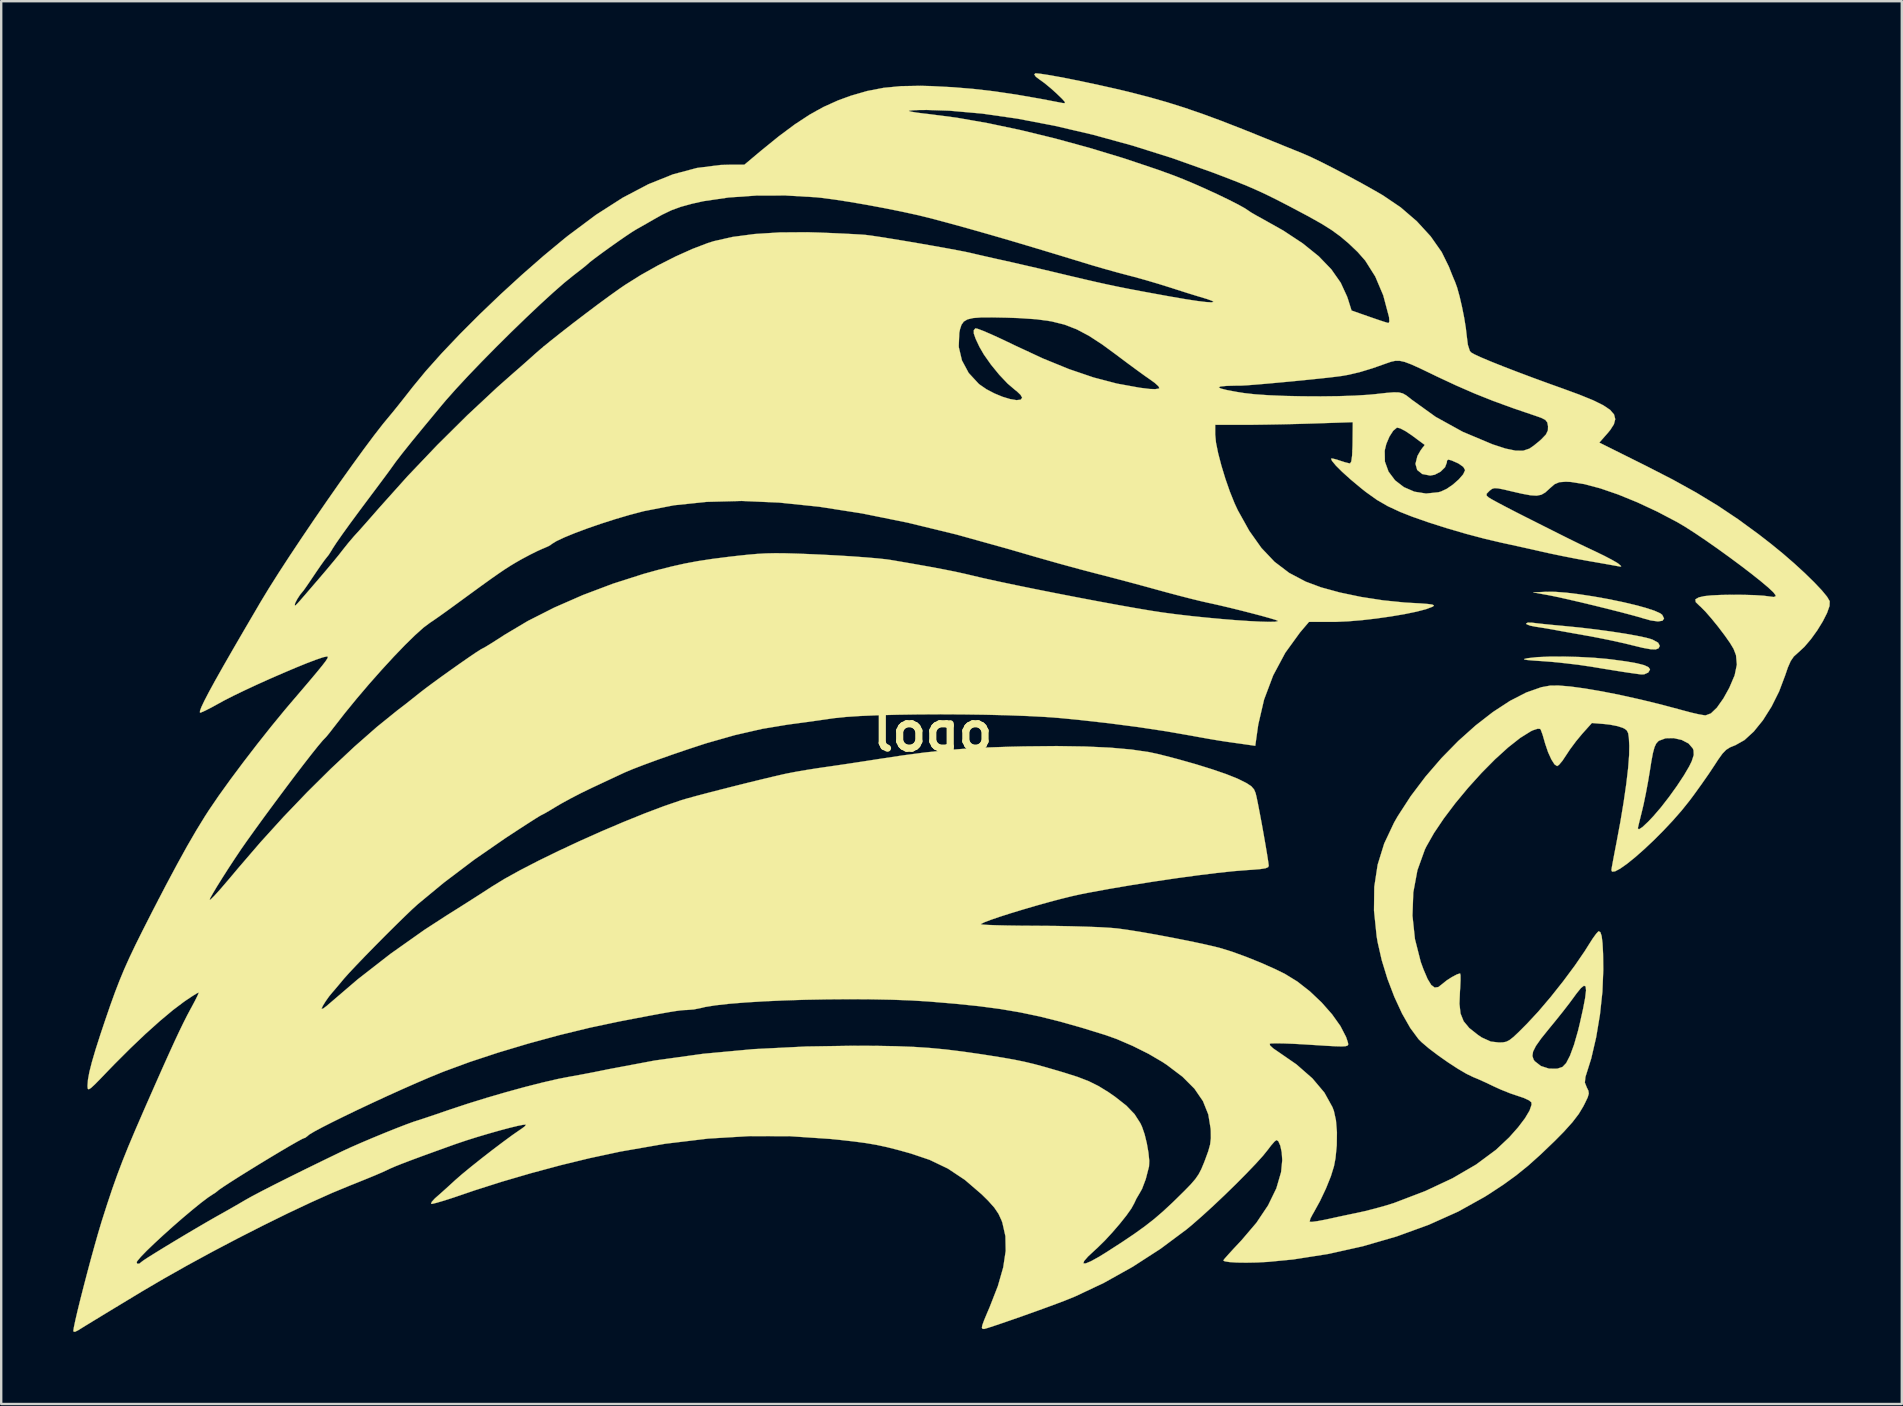
<source format=kicad_pcb>
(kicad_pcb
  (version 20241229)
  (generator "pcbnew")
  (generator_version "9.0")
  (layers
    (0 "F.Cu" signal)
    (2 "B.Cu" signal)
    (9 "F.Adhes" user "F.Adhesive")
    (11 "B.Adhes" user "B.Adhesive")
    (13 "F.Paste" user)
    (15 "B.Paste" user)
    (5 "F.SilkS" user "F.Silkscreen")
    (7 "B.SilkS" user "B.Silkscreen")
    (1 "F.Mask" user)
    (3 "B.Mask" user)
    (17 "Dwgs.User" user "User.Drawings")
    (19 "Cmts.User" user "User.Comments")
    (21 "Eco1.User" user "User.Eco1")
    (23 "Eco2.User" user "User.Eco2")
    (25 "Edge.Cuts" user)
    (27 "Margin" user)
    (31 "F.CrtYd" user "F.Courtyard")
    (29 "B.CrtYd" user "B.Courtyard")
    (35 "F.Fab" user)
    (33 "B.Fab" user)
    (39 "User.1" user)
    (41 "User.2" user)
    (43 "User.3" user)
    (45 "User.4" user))
  (footprint "logo"
    (layer "F.Cu")
    (at 35.819 27.437)
    (property "Reference" "logo" (at 0 0 0) (layer "F.SilkS") (effects (font (size 1.524 1.524) (thickness 0.3))))
    (attr through_hole)
    (fp_poly (pts (xy 25.94 -5.825) (xy 26.408 -5.789) (xy 26.944 -5.723) (xy 27.522 -5.635) (xy 28.114 -5.529) (xy 28.692 -5.411) (xy 29.229 -5.286) (xy 29.698 -5.16) (xy 30.07 -5.039) (xy 30.318 -4.927) (xy 30.398 -4.865) (xy 30.473 -4.712) (xy 30.406 -4.62) (xy 30.216 -4.592) (xy 29.918 -4.633) (xy 29.633 -4.712) (xy 29.348 -4.796) (xy 28.935 -4.908) (xy 28.431 -5.038) (xy 27.873 -5.178) (xy 27.299 -5.318) (xy 26.746 -5.449) (xy 26.251 -5.562) (xy 25.851 -5.648) (xy 25.654 -5.687) (xy 25.019 -5.8) (xy 25.569 -5.828) (xy 25.94 -5.825)) (stroke (width 0.01) (type solid)) (fill yes) (layer "F.SilkS"))
    (fp_poly (pts (xy 26.925 -3.111) (xy 27.557 -3.077) (xy 28.145 -3.025) (xy 28.292 -3.007) (xy 28.893 -2.926) (xy 29.34 -2.847) (xy 29.645 -2.769) (xy 29.823 -2.686) (xy 29.887 -2.596) (xy 29.887 -2.585) (xy 29.815 -2.463) (xy 29.645 -2.388) (xy 29.521 -2.383) (xy 29.384 -2.401) (xy 29.146 -2.434) (xy 28.998 -2.455) (xy 28.746 -2.493) (xy 28.378 -2.552) (xy 27.944 -2.622) (xy 27.517 -2.693) (xy 26.979 -2.774) (xy 26.372 -2.848) (xy 25.785 -2.908) (xy 25.442 -2.934) (xy 25.028 -2.962) (xy 24.768 -2.985) (xy 24.647 -3.006) (xy 24.651 -3.028) (xy 24.764 -3.055) (xy 24.807 -3.062) (xy 25.191 -3.104) (xy 25.7 -3.126) (xy 26.292 -3.128) (xy 26.925 -3.111)) (stroke (width 0.01) (type solid)) (fill yes) (layer "F.SilkS"))
    (fp_poly (pts (xy 24.973 -4.54) (xy 24.998 -4.536) (xy 25.189 -4.512) (xy 25.504 -4.478) (xy 25.9 -4.439) (xy 26.331 -4.399) (xy 26.975 -4.335) (xy 27.627 -4.258) (xy 28.257 -4.173) (xy 28.837 -4.084) (xy 29.337 -3.995) (xy 29.729 -3.912) (xy 29.982 -3.839) (xy 29.99 -3.835) (xy 30.226 -3.706) (xy 30.294 -3.575) (xy 30.293 -3.566) (xy 30.243 -3.471) (xy 30.124 -3.426) (xy 29.912 -3.433) (xy 29.586 -3.492) (xy 29.125 -3.604) (xy 28.694 -3.707) (xy 28.171 -3.821) (xy 27.636 -3.928) (xy 27.305 -3.989) (xy 26.868 -4.067) (xy 26.453 -4.141) (xy 26.11 -4.203) (xy 25.908 -4.241) (xy 25.569 -4.301) (xy 25.206 -4.359) (xy 25.125 -4.37) (xy 24.891 -4.417) (xy 24.746 -4.474) (xy 24.723 -4.503) (xy 24.795 -4.543) (xy 24.973 -4.54)) (stroke (width 0.01) (type solid)) (fill yes) (layer "F.SilkS"))
    (fp_poly (pts (xy 4.487 -27.413) (xy 4.824 -27.361) (xy 5.269 -27.282) (xy 5.794 -27.18) (xy 6.372 -27.061) (xy 6.973 -26.932) (xy 7.571 -26.798) (xy 8.135 -26.665) (xy 8.297 -26.625) (xy 9.048 -26.43) (xy 9.765 -26.226) (xy 10.478 -26.002) (xy 11.222 -25.747) (xy 12.028 -25.45) (xy 12.927 -25.099) (xy 13.758 -24.765) (xy 14.222 -24.576) (xy 14.676 -24.391) (xy 15.075 -24.23) (xy 15.374 -24.108) (xy 15.439 -24.082) (xy 15.774 -23.934) (xy 16.221 -23.718) (xy 16.744 -23.452) (xy 17.31 -23.154) (xy 17.885 -22.843) (xy 18.433 -22.535) (xy 18.754 -22.349) (xy 19.495 -21.848) (xy 20.168 -21.269) (xy 20.746 -20.639) (xy 21.206 -19.984) (xy 21.506 -19.374) (xy 21.617 -19.092) (xy 21.715 -18.853) (xy 21.759 -18.754) (xy 21.85 -18.504) (xy 21.952 -18.136) (xy 22.053 -17.7) (xy 22.144 -17.245) (xy 22.212 -16.822) (xy 22.245 -16.533) (xy 22.297 -16.119) (xy 22.378 -15.868) (xy 22.428 -15.804) (xy 22.568 -15.723) (xy 22.85 -15.593) (xy 23.253 -15.423) (xy 23.76 -15.22) (xy 24.352 -14.992) (xy 25.009 -14.745) (xy 25.712 -14.488) (xy 26.222 -14.306) (xy 26.944 -14.041) (xy 27.512 -13.81) (xy 27.936 -13.601) (xy 28.225 -13.407) (xy 28.389 -13.216) (xy 28.439 -13.02) (xy 28.383 -12.808) (xy 28.232 -12.571) (xy 28.116 -12.431) (xy 27.775 -12.044) (xy 29.741 -11.064) (xy 30.838 -10.501) (xy 31.813 -9.961) (xy 32.706 -9.419) (xy 33.557 -8.85) (xy 34.407 -8.229) (xy 34.934 -7.82) (xy 35.424 -7.42) (xy 35.9 -7.007) (xy 36.342 -6.601) (xy 36.73 -6.222) (xy 37.045 -5.889) (xy 37.266 -5.621) (xy 37.374 -5.437) (xy 37.375 -5.434) (xy 37.367 -5.234) (xy 37.264 -4.943) (xy 37.087 -4.594) (xy 36.858 -4.221) (xy 36.595 -3.856) (xy 36.321 -3.534) (xy 36.055 -3.288) (xy 36.045 -3.28) (xy 35.879 -3.129) (xy 35.749 -2.94) (xy 35.63 -2.668) (xy 35.522 -2.351) (xy 35.267 -1.675) (xy 34.951 -1.042) (xy 34.594 -0.476) (xy 34.212 -0.004) (xy 33.823 0.352) (xy 33.444 0.566) (xy 33.432 0.57) (xy 33.222 0.655) (xy 33.059 0.759) (xy 32.906 0.917) (xy 32.729 1.163) (xy 32.577 1.397) (xy 32.336 1.76) (xy 32.035 2.191) (xy 31.721 2.627) (xy 31.533 2.879) (xy 31.205 3.288) (xy 30.835 3.71) (xy 30.44 4.13) (xy 30.036 4.535) (xy 29.638 4.909) (xy 29.262 5.24) (xy 28.926 5.511) (xy 28.643 5.71) (xy 28.432 5.822) (xy 28.306 5.834) (xy 28.279 5.772) (xy 28.294 5.667) (xy 28.337 5.43) (xy 28.4 5.094) (xy 28.477 4.695) (xy 28.486 4.65) (xy 28.601 4.033) (xy 29.379 4.033) (xy 29.429 4.071) (xy 29.575 3.975) (xy 29.815 3.75) (xy 30.032 3.52) (xy 30.35 3.149) (xy 30.685 2.717) (xy 31.011 2.263) (xy 31.299 1.827) (xy 31.521 1.449) (xy 31.626 1.235) (xy 31.71 0.975) (xy 31.702 0.781) (xy 31.672 0.701) (xy 31.494 0.494) (xy 31.209 0.346) (xy 30.872 0.27) (xy 30.539 0.277) (xy 30.264 0.378) (xy 30.23 0.403) (xy 30.144 0.499) (xy 30.074 0.651) (xy 30.009 0.891) (xy 29.942 1.247) (xy 29.892 1.567) (xy 29.811 2.054) (xy 29.716 2.565) (xy 29.62 3.029) (xy 29.558 3.292) (xy 29.478 3.616) (xy 29.416 3.869) (xy 29.383 4.015) (xy 29.379 4.033) (xy 28.601 4.033) (xy 28.65 3.773) (xy 28.788 2.943) (xy 28.898 2.184) (xy 28.976 1.52) (xy 29.018 0.975) (xy 29.024 0.589) (xy 29.007 0.264) (xy 28.978 0.066) (xy 28.921 -0.049) (xy 28.821 -0.124) (xy 28.753 -0.158) (xy 28.533 -0.229) (xy 28.223 -0.29) (xy 27.987 -0.317) (xy 27.466 -0.359) (xy 27.067 0.085) (xy 26.808 0.397) (xy 26.55 0.744) (xy 26.393 0.982) (xy 26.235 1.219) (xy 26.095 1.384) (xy 26.016 1.437) (xy 25.907 1.363) (xy 25.777 1.158) (xy 25.641 0.86) (xy 25.519 0.501) (xy 25.485 0.381) (xy 25.411 0.126) (xy 25.342 -0.06) (xy 25.313 -0.113) (xy 25.207 -0.121) (xy 25.013 -0.058) (xy 24.921 -0.015) (xy 24.479 0.261) (xy 23.974 0.659) (xy 23.429 1.154) (xy 22.867 1.722) (xy 22.309 2.339) (xy 21.778 2.978) (xy 21.296 3.617) (xy 20.884 4.229) (xy 20.565 4.791) (xy 20.504 4.917) (xy 20.195 5.776) (xy 20.023 6.703) (xy 19.989 7.67) (xy 20.092 8.644) (xy 20.334 9.596) (xy 20.445 9.9) (xy 20.618 10.305) (xy 20.77 10.556) (xy 20.914 10.665) (xy 21.067 10.644) (xy 21.245 10.505) (xy 21.247 10.503) (xy 21.414 10.368) (xy 21.634 10.227) (xy 21.842 10.117) (xy 21.973 10.075) (xy 21.991 10.153) (xy 21.992 10.362) (xy 21.979 10.663) (xy 21.968 10.818) (xy 21.947 11.343) (xy 21.992 11.746) (xy 22.121 12.068) (xy 22.354 12.35) (xy 22.711 12.633) (xy 22.879 12.747) (xy 23.254 12.916) (xy 23.592 12.954) (xy 23.759 12.949) (xy 23.896 12.923) (xy 24.032 12.854) (xy 24.197 12.725) (xy 24.42 12.515) (xy 24.729 12.205) (xy 24.763 12.171) (xy 25.237 11.661) (xy 25.752 11.055) (xy 26.27 10.402) (xy 26.756 9.748) (xy 27.171 9.142) (xy 27.326 8.895) (xy 27.496 8.628) (xy 27.643 8.425) (xy 27.737 8.324) (xy 27.745 8.32) (xy 27.817 8.353) (xy 27.872 8.515) (xy 27.909 8.814) (xy 27.932 9.261) (xy 27.94 9.866) (xy 27.94 9.938) (xy 27.904 10.839) (xy 27.802 11.789) (xy 27.644 12.735) (xy 27.438 13.622) (xy 27.197 14.388) (xy 27.172 14.625) (xy 27.255 14.832) (xy 27.32 14.964) (xy 27.336 15.083) (xy 27.293 15.236) (xy 27.182 15.47) (xy 27.107 15.617) (xy 26.917 15.933) (xy 26.655 16.275) (xy 26.298 16.672) (xy 25.922 17.053) (xy 25.335 17.616) (xy 24.812 18.085) (xy 24.308 18.493) (xy 23.779 18.876) (xy 23.18 19.27) (xy 22.992 19.388) (xy 21.894 19.999) (xy 20.664 20.551) (xy 19.332 21.035) (xy 17.927 21.443) (xy 16.478 21.766) (xy 15.017 21.995) (xy 13.97 22.096) (xy 13.508 22.121) (xy 13.066 22.129) (xy 12.675 22.124) (xy 12.364 22.104) (xy 12.165 22.072) (xy 12.107 22.035) (xy 12.162 21.962) (xy 12.313 21.792) (xy 12.537 21.546) (xy 12.813 21.251) (xy 12.872 21.188) (xy 13.488 20.465) (xy 13.972 19.742) (xy 14.317 19.033) (xy 14.515 18.354) (xy 14.563 17.856) (xy 14.541 17.531) (xy 14.483 17.255) (xy 14.401 17.071) (xy 14.325 17.018) (xy 14.241 17.082) (xy 14.097 17.246) (xy 13.965 17.42) (xy 13.763 17.671) (xy 13.457 18.009) (xy 13.072 18.411) (xy 12.633 18.854) (xy 12.163 19.312) (xy 11.686 19.763) (xy 11.227 20.182) (xy 10.81 20.547) (xy 10.575 20.742) (xy 9.492 21.549) (xy 8.328 22.301) (xy 7.129 22.971) (xy 5.943 23.531) (xy 5.504 23.71) (xy 5.156 23.841) (xy 4.737 23.996) (xy 4.273 24.164) (xy 3.793 24.335) (xy 3.326 24.499) (xy 2.899 24.646) (xy 2.541 24.767) (xy 2.279 24.852) (xy 2.142 24.891) (xy 2.132 24.892) (xy 2.07 24.883) (xy 2.046 24.838) (xy 2.065 24.732) (xy 2.135 24.539) (xy 2.263 24.232) (xy 2.371 23.98) (xy 2.713 23.103) (xy 2.935 22.327) (xy 3.039 21.639) (xy 3.027 21.024) (xy 2.901 20.465) (xy 2.867 20.37) (xy 2.74 20.095) (xy 2.563 19.833) (xy 2.304 19.543) (xy 2.04 19.283) (xy 1.338 18.679) (xy 0.631 18.209) (xy -0.131 17.844) (xy -0.913 17.58) (xy -1.448 17.431) (xy -1.909 17.314) (xy -2.341 17.221) (xy -2.786 17.145) (xy -3.289 17.078) (xy -3.894 17.01) (xy -4.276 16.972) (xy -5.945 16.86) (xy -7.632 16.855) (xy -9.358 16.958) (xy -11.147 17.173) (xy -13.022 17.5) (xy -14.309 17.776) (xy -15.501 18.066) (xy -16.736 18.398) (xy -17.951 18.753) (xy -19.086 19.114) (xy -19.534 19.267) (xy -19.977 19.418) (xy -20.363 19.542) (xy -20.665 19.631) (xy -20.854 19.677) (xy -20.905 19.678) (xy -20.88 19.598) (xy -20.755 19.46) (xy -20.701 19.411) (xy -20.519 19.252) (xy -20.261 19.02) (xy -19.975 18.759) (xy -19.897 18.687) (xy -19.623 18.448) (xy -19.251 18.142) (xy -18.817 17.796) (xy -18.359 17.44) (xy -17.913 17.103) (xy -17.516 16.811) (xy -17.204 16.595) (xy -17.159 16.566) (xy -17.007 16.454) (xy -16.95 16.383) (xy -16.952 16.379) (xy -17.051 16.38) (xy -17.283 16.425) (xy -17.619 16.506) (xy -18.03 16.615) (xy -18.488 16.745) (xy -18.964 16.886) (xy -19.429 17.032) (xy -19.854 17.175) (xy -19.981 17.22) (xy -20.709 17.482) (xy -21.296 17.695) (xy -21.76 17.867) (xy -22.119 18.004) (xy -22.393 18.113) (xy -22.6 18.202) (xy -22.751 18.274) (xy -22.944 18.363) (xy -23.257 18.497) (xy -23.654 18.66) (xy -24.095 18.838) (xy -24.277 18.91) (xy -25.036 19.224) (xy -25.91 19.616) (xy -26.873 20.07) (xy -27.896 20.574) (xy -28.953 21.112) (xy -30.015 21.67) (xy -31.055 22.236) (xy -32.046 22.795) (xy -32.961 23.332) (xy -32.993 23.352) (xy -33.574 23.703) (xy -34.118 24.032) (xy -34.604 24.327) (xy -35.014 24.577) (xy -35.329 24.769) (xy -35.528 24.893) (xy -35.581 24.927) (xy -35.747 25.012) (xy -35.814 24.989) (xy -35.814 24.983) (xy -35.792 24.829) (xy -35.731 24.539) (xy -35.638 24.138) (xy -35.519 23.654) (xy -35.381 23.113) (xy -35.232 22.542) (xy -35.116 22.108) (xy -33.175 22.108) (xy -33.153 22.175) (xy -33.059 22.168) (xy -32.981 22.103) (xy -32.897 22.039) (xy -32.691 21.904) (xy -32.387 21.714) (xy -32.01 21.482) (xy -31.584 21.224) (xy -31.133 20.954) (xy -30.681 20.687) (xy -30.253 20.437) (xy -29.873 20.219) (xy -29.633 20.085) (xy -29.298 19.896) (xy -28.916 19.676) (xy -28.66 19.526) (xy -28.384 19.371) (xy -27.973 19.154) (xy -27.445 18.883) (xy -26.817 18.568) (xy -26.108 18.217) (xy -25.336 17.84) (xy -24.596 17.482) (xy -24.25 17.322) (xy -23.816 17.132) (xy -23.333 16.927) (xy -22.836 16.722) (xy -22.362 16.532) (xy -21.948 16.372) (xy -21.631 16.256) (xy -21.505 16.216) (xy -21.351 16.167) (xy -21.072 16.074) (xy -20.703 15.95) (xy -20.278 15.804) (xy -20.108 15.746) (xy -19.377 15.504) (xy -18.59 15.26) (xy -17.784 15.025) (xy -16.997 14.809) (xy -16.265 14.623) (xy -15.625 14.475) (xy -15.201 14.392) (xy -14.714 14.304) (xy -14.172 14.201) (xy -13.671 14.1) (xy -13.547 14.074) (xy -11.584 13.705) (xy -9.568 13.425) (xy -7.474 13.231) (xy -5.275 13.121) (xy -3.302 13.09) (xy -2.352 13.094) (xy -1.531 13.109) (xy -0.8 13.137) (xy -0.119 13.182) (xy 0.553 13.246) (xy 1.255 13.333) (xy 2.027 13.444) (xy 2.372 13.498) (xy 2.945 13.59) (xy 3.412 13.673) (xy 3.824 13.758) (xy 4.23 13.855) (xy 4.679 13.977) (xy 5.22 14.134) (xy 5.475 14.21) (xy 6.044 14.391) (xy 6.503 14.569) (xy 6.906 14.769) (xy 7.312 15.018) (xy 7.596 15.215) (xy 8.068 15.586) (xy 8.409 15.942) (xy 8.651 16.319) (xy 8.72 16.467) (xy 8.827 16.777) (xy 8.919 17.154) (xy 8.987 17.542) (xy 9.021 17.883) (xy 9.011 18.119) (xy 8.875 18.647) (xy 8.721 19.053) (xy 8.622 19.229) (xy 8.484 19.463) (xy 8.392 19.659) (xy 8.276 19.87) (xy 8.067 20.165) (xy 7.792 20.51) (xy 7.48 20.872) (xy 7.16 21.218) (xy 6.858 21.514) (xy 6.778 21.586) (xy 6.473 21.869) (xy 6.307 22.059) (xy 6.274 22.157) (xy 6.371 22.161) (xy 6.591 22.07) (xy 6.931 21.882) (xy 7.234 21.695) (xy 7.873 21.283) (xy 8.397 20.93) (xy 8.837 20.614) (xy 9.225 20.311) (xy 9.591 19.996) (xy 9.968 19.646) (xy 10.126 19.493) (xy 10.488 19.137) (xy 10.752 18.865) (xy 10.941 18.645) (xy 11.079 18.445) (xy 11.19 18.232) (xy 11.297 17.976) (xy 11.342 17.861) (xy 11.479 17.486) (xy 11.558 17.202) (xy 11.589 16.943) (xy 11.585 16.648) (xy 11.58 16.552) (xy 11.481 15.951) (xy 11.26 15.399) (xy 10.906 14.881) (xy 10.408 14.382) (xy 9.754 13.887) (xy 9.567 13.763) (xy 8.993 13.427) (xy 8.334 13.098) (xy 7.668 12.811) (xy 7.197 12.643) (xy 6.2 12.335) (xy 5.301 12.081) (xy 4.461 11.871) (xy 3.642 11.699) (xy 2.806 11.557) (xy 1.914 11.439) (xy 0.929 11.338) (xy -0.169 11.246) (xy -0.888 11.202) (xy -1.69 11.172) (xy -2.554 11.155) (xy -3.457 11.149) (xy -4.379 11.156) (xy -5.296 11.173) (xy -6.188 11.201) (xy -7.031 11.239) (xy -7.805 11.286) (xy -8.487 11.341) (xy -9.056 11.405) (xy -9.489 11.475) (xy -9.656 11.516) (xy -9.956 11.576) (xy -10.244 11.599) (xy -10.364 11.603) (xy -10.515 11.617) (xy -10.716 11.644) (xy -10.987 11.688) (xy -11.347 11.752) (xy -11.817 11.839) (xy -12.415 11.953) (xy -13.081 12.081) (xy -14.286 12.336) (xy -15.556 12.645) (xy -16.845 12.996) (xy -18.108 13.374) (xy -19.299 13.767) (xy -20.372 14.162) (xy -20.489 14.209) (xy -20.975 14.408) (xy -21.523 14.643) (xy -22.114 14.904) (xy -22.728 15.181) (xy -23.344 15.466) (xy -23.944 15.748) (xy -24.506 16.019) (xy -25.012 16.268) (xy -25.44 16.486) (xy -25.772 16.664) (xy -25.986 16.793) (xy -26.063 16.859) (xy -26.16 16.931) (xy -26.183 16.933) (xy -26.283 16.976) (xy -26.501 17.095) (xy -26.814 17.274) (xy -27.195 17.499) (xy -27.622 17.755) (xy -28.069 18.026) (xy -28.512 18.299) (xy -28.926 18.557) (xy -29.287 18.787) (xy -29.57 18.972) (xy -29.752 19.098) (xy -29.803 19.142) (xy -29.906 19.222) (xy -29.983 19.269) (xy -30.198 19.411) (xy -30.497 19.637) (xy -30.855 19.928) (xy -31.252 20.262) (xy -31.663 20.62) (xy -32.066 20.982) (xy -32.439 21.327) (xy -32.759 21.635) (xy -33.003 21.887) (xy -33.148 22.06) (xy -33.175 22.108) (xy -35.116 22.108) (xy -35.078 21.966) (xy -34.925 21.413) (xy -34.782 20.909) (xy -34.654 20.48) (xy -34.625 20.385) (xy -34.4 19.681) (xy -34.191 19.056) (xy -33.984 18.473) (xy -33.765 17.896) (xy -33.52 17.286) (xy -33.234 16.608) (xy -32.894 15.824) (xy -32.787 15.579) (xy -32.408 14.719) (xy -32.088 13.997) (xy -31.817 13.395) (xy -31.589 12.896) (xy -31.394 12.48) (xy -31.224 12.13) (xy -31.072 11.829) (xy -30.928 11.559) (xy -30.918 11.542) (xy -25.47 11.542) (xy -25.469 11.559) (xy -25.39 11.532) (xy -25.245 11.422) (xy -25.227 11.405) (xy -23.964 10.323) (xy -22.595 9.258) (xy -21.18 8.258) (xy -20.252 7.656) (xy -19.785 7.363) (xy -19.309 7.061) (xy -18.867 6.779) (xy -18.504 6.544) (xy -18.375 6.46) (xy -17.851 6.139) (xy -17.195 5.776) (xy -16.434 5.383) (xy -15.595 4.973) (xy -14.706 4.558) (xy -13.794 4.151) (xy -12.886 3.765) (xy -12.011 3.411) (xy -11.195 3.103) (xy -10.466 2.853) (xy -10.456 2.85) (xy -10.214 2.779) (xy -9.84 2.677) (xy -9.366 2.552) (xy -8.824 2.412) (xy -8.247 2.266) (xy -7.667 2.121) (xy -7.116 1.987) (xy -6.628 1.87) (xy -6.234 1.779) (xy -6.096 1.749) (xy -5.73 1.678) (xy -5.269 1.598) (xy -4.785 1.522) (xy -4.53 1.485) (xy -4.093 1.422) (xy -3.551 1.342) (xy -2.967 1.253) (xy -2.404 1.166) (xy -2.286 1.147) (xy -1.272 0.994) (xy -0.363 0.873) (xy 0.492 0.78) (xy 1.342 0.711) (xy 2.236 0.662) (xy 3.224 0.629) (xy 3.809 0.615) (xy 5.163 0.602) (xy 6.356 0.62) (xy 7.395 0.668) (xy 8.284 0.747) (xy 9.03 0.857) (xy 9.428 0.943) (xy 10.218 1.148) (xy 10.968 1.36) (xy 11.647 1.571) (xy 12.226 1.77) (xy 12.676 1.949) (xy 12.754 1.985) (xy 13.074 2.145) (xy 13.272 2.275) (xy 13.387 2.407) (xy 13.45 2.553) (xy 13.489 2.712) (xy 13.549 3.001) (xy 13.623 3.385) (xy 13.706 3.825) (xy 13.789 4.287) (xy 13.867 4.733) (xy 13.933 5.126) (xy 13.98 5.431) (xy 14 5.588) (xy 13.975 5.648) (xy 13.869 5.693) (xy 13.657 5.727) (xy 13.311 5.756) (xy 13.123 5.768) (xy 12.543 5.814) (xy 11.829 5.89) (xy 11.013 5.991) (xy 10.127 6.112) (xy 9.202 6.249) (xy 8.27 6.397) (xy 7.364 6.551) (xy 6.514 6.707) (xy 6.172 6.774) (xy 5.789 6.859) (xy 5.329 6.973) (xy 4.818 7.109) (xy 4.282 7.259) (xy 3.748 7.416) (xy 3.241 7.57) (xy 2.788 7.715) (xy 2.414 7.843) (xy 2.147 7.945) (xy 2.011 8.015) (xy 2.001 8.025) (xy 2.073 8.04) (xy 2.292 8.055) (xy 2.64 8.068) (xy 3.095 8.079) (xy 3.636 8.087) (xy 4.243 8.091) (xy 4.39 8.092) (xy 5.079 8.097) (xy 5.759 8.11) (xy 6.396 8.128) (xy 6.958 8.15) (xy 7.413 8.177) (xy 7.705 8.203) (xy 8.139 8.263) (xy 8.693 8.352) (xy 9.324 8.463) (xy 9.987 8.588) (xy 10.639 8.717) (xy 11.236 8.842) (xy 11.734 8.956) (xy 11.956 9.012) (xy 12.455 9.165) (xy 13.043 9.378) (xy 13.664 9.628) (xy 14.261 9.893) (xy 14.673 10.095) (xy 15.192 10.414) (xy 15.712 10.821) (xy 16.203 11.286) (xy 16.638 11.779) (xy 16.987 12.269) (xy 17.223 12.726) (xy 17.274 12.877) (xy 17.302 12.967) (xy 17.313 13.035) (xy 17.287 13.081) (xy 17.204 13.108) (xy 17.045 13.118) (xy 16.789 13.112) (xy 16.416 13.092) (xy 15.907 13.06) (xy 15.512 13.035) (xy 15.043 13.009) (xy 14.63 12.993) (xy 14.305 12.988) (xy 14.099 12.994) (xy 14.042 13.004) (xy 14.053 13.076) (xy 14.187 13.2) (xy 14.32 13.291) (xy 15.153 13.866) (xy 15.819 14.449) (xy 16.319 15.042) (xy 16.654 15.647) (xy 16.716 15.812) (xy 16.801 16.201) (xy 16.841 16.696) (xy 16.834 17.239) (xy 16.782 17.774) (xy 16.719 18.107) (xy 16.589 18.529) (xy 16.386 19.033) (xy 16.136 19.561) (xy 15.864 20.055) (xy 15.827 20.117) (xy 15.732 20.299) (xy 15.706 20.415) (xy 15.711 20.425) (xy 15.809 20.428) (xy 16.031 20.398) (xy 16.338 20.34) (xy 16.494 20.307) (xy 16.886 20.221) (xy 17.271 20.139) (xy 17.577 20.075) (xy 17.634 20.064) (xy 18.011 19.981) (xy 18.453 19.868) (xy 18.884 19.748) (xy 19.219 19.643) (xy 20.52 19.146) (xy 21.659 18.612) (xy 22.641 18.04) (xy 23.468 17.427) (xy 24.021 16.907) (xy 24.391 16.49) (xy 24.678 16.111) (xy 24.869 15.79) (xy 24.952 15.548) (xy 24.944 15.447) (xy 24.844 15.364) (xy 24.631 15.265) (xy 24.409 15.19) (xy 24.065 15.074) (xy 23.668 14.915) (xy 23.368 14.778) (xy 23.044 14.623) (xy 22.735 14.484) (xy 22.521 14.395) (xy 22.243 14.261) (xy 21.877 14.046) (xy 21.466 13.778) (xy 21.088 13.513) (xy 24.986 13.513) (xy 25.037 13.666) (xy 25.082 13.732) (xy 25.341 13.934) (xy 25.678 14.043) (xy 26.027 14.044) (xy 26.24 13.973) (xy 26.393 13.814) (xy 26.555 13.5) (xy 26.722 13.046) (xy 26.888 12.467) (xy 26.959 12.175) (xy 27.097 11.558) (xy 27.185 11.097) (xy 27.222 10.786) (xy 27.205 10.618) (xy 27.135 10.587) (xy 27.008 10.687) (xy 26.825 10.912) (xy 26.712 11.067) (xy 26.521 11.326) (xy 26.256 11.668) (xy 25.953 12.046) (xy 25.675 12.385) (xy 25.349 12.79) (xy 25.132 13.098) (xy 25.015 13.331) (xy 24.986 13.513) (xy 21.088 13.513) (xy 21.051 13.486) (xy 20.673 13.2) (xy 20.374 12.946) (xy 20.241 12.813) (xy 19.896 12.346) (xy 19.555 11.747) (xy 19.234 11.053) (xy 18.947 10.301) (xy 18.71 9.528) (xy 18.537 8.77) (xy 18.497 8.531) (xy 18.386 7.452) (xy 18.398 6.466) (xy 18.538 5.546) (xy 18.811 4.664) (xy 19.222 3.793) (xy 19.371 3.532) (xy 19.917 2.69) (xy 20.532 1.876) (xy 21.198 1.104) (xy 21.901 0.387) (xy 22.622 -0.258) (xy 23.345 -0.819) (xy 24.053 -1.281) (xy 24.729 -1.629) (xy 25.357 -1.85) (xy 25.725 -1.917) (xy 26.078 -1.921) (xy 26.571 -1.88) (xy 27.18 -1.797) (xy 27.883 -1.677) (xy 28.658 -1.523) (xy 29.482 -1.34) (xy 30.332 -1.133) (xy 31.186 -0.905) (xy 31.243 -0.889) (xy 31.601 -0.794) (xy 31.92 -0.721) (xy 32.148 -0.682) (xy 32.205 -0.677) (xy 32.425 -0.759) (xy 32.674 -0.997) (xy 32.947 -1.384) (xy 33.192 -1.825) (xy 33.415 -2.348) (xy 33.507 -2.793) (xy 33.471 -3.187) (xy 33.37 -3.449) (xy 33.223 -3.693) (xy 32.999 -4.012) (xy 32.732 -4.364) (xy 32.454 -4.707) (xy 32.197 -5.002) (xy 31.994 -5.207) (xy 31.956 -5.238) (xy 31.792 -5.398) (xy 31.778 -5.512) (xy 31.921 -5.594) (xy 32.152 -5.646) (xy 32.437 -5.676) (xy 32.838 -5.695) (xy 33.307 -5.703) (xy 33.793 -5.7) (xy 34.249 -5.687) (xy 34.625 -5.663) (xy 34.838 -5.636) (xy 35.045 -5.61) (xy 35.122 -5.642) (xy 35.118 -5.688) (xy 35.026 -5.808) (xy 34.815 -6.006) (xy 34.506 -6.266) (xy 34.119 -6.574) (xy 33.675 -6.914) (xy 33.196 -7.269) (xy 32.703 -7.625) (xy 32.217 -7.965) (xy 31.759 -8.274) (xy 31.35 -8.537) (xy 31.03 -8.726) (xy 30.191 -9.167) (xy 29.36 -9.555) (xy 28.561 -9.881) (xy 27.817 -10.137) (xy 27.152 -10.314) (xy 26.59 -10.404) (xy 26.38 -10.414) (xy 26.111 -10.394) (xy 25.912 -10.311) (xy 25.701 -10.128) (xy 25.691 -10.118) (xy 25.522 -9.965) (xy 25.359 -9.871) (xy 25.166 -9.833) (xy 24.908 -9.848) (xy 24.551 -9.914) (xy 24.154 -10.005) (xy 23.791 -10.091) (xy 23.553 -10.137) (xy 23.404 -10.145) (xy 23.306 -10.116) (xy 23.219 -10.051) (xy 23.196 -10.031) (xy 23.077 -9.909) (xy 23.082 -9.83) (xy 23.172 -9.753) (xy 23.294 -9.679) (xy 23.541 -9.544) (xy 23.886 -9.362) (xy 24.303 -9.146) (xy 24.764 -8.912) (xy 24.765 -8.912) (xy 25.373 -8.606) (xy 25.854 -8.364) (xy 26.231 -8.175) (xy 26.527 -8.027) (xy 26.768 -7.909) (xy 26.976 -7.807) (xy 27.175 -7.712) (xy 27.389 -7.611) (xy 27.641 -7.492) (xy 27.644 -7.49) (xy 27.99 -7.322) (xy 28.292 -7.164) (xy 28.508 -7.04) (xy 28.575 -6.994) (xy 28.688 -6.894) (xy 28.657 -6.875) (xy 28.533 -6.897) (xy 28.368 -6.927) (xy 28.078 -6.979) (xy 27.704 -7.045) (xy 27.31 -7.113) (xy 26.802 -7.206) (xy 26.247 -7.315) (xy 25.726 -7.423) (xy 25.447 -7.485) (xy 24.964 -7.595) (xy 24.41 -7.718) (xy 23.88 -7.834) (xy 23.707 -7.871) (xy 22.992 -8.039) (xy 22.214 -8.245) (xy 21.421 -8.477) (xy 20.66 -8.719) (xy 19.977 -8.958) (xy 19.482 -9.153) (xy 18.962 -9.394) (xy 18.506 -9.658) (xy 18.041 -9.99) (xy 17.833 -10.156) (xy 17.414 -10.506) (xy 17.063 -10.822) (xy 16.798 -11.086) (xy 16.637 -11.281) (xy 16.595 -11.375) (xy 16.665 -11.379) (xy 16.844 -11.333) (xy 16.944 -11.299) (xy 17.18 -11.223) (xy 17.355 -11.18) (xy 17.389 -11.176) (xy 17.44 -11.258) (xy 17.474 -11.504) (xy 17.483 -11.716) (xy 18.832 -11.716) (xy 18.84 -11.253) (xy 18.992 -10.833) (xy 19.264 -10.471) (xy 19.631 -10.188) (xy 20.07 -9.998) (xy 20.556 -9.921) (xy 21.067 -9.974) (xy 21.173 -10.003) (xy 21.414 -10.115) (xy 21.677 -10.296) (xy 21.919 -10.51) (xy 22.101 -10.72) (xy 22.18 -10.889) (xy 22.18 -10.904) (xy 22.105 -11.034) (xy 21.911 -11.17) (xy 21.856 -11.197) (xy 21.61 -11.304) (xy 21.479 -11.336) (xy 21.428 -11.293) (xy 21.421 -11.214) (xy 21.346 -11.017) (xy 21.16 -10.833) (xy 20.917 -10.705) (xy 20.726 -10.671) (xy 20.394 -10.735) (xy 20.186 -10.904) (xy 20.114 -11.158) (xy 20.193 -11.476) (xy 20.21 -11.511) (xy 20.328 -11.718) (xy 20.428 -11.855) (xy 20.445 -11.87) (xy 20.496 -11.944) (xy 20.487 -11.958) (xy 20.404 -12.019) (xy 20.222 -12.153) (xy 19.98 -12.332) (xy 19.955 -12.351) (xy 19.697 -12.523) (xy 19.48 -12.637) (xy 19.347 -12.669) (xy 19.341 -12.667) (xy 19.185 -12.537) (xy 19.028 -12.292) (xy 18.899 -11.988) (xy 18.832 -11.716) (xy 17.483 -11.716) (xy 17.491 -11.917) (xy 17.493 -12.036) (xy 17.502 -12.895) (xy 15.849 -12.84) (xy 15.227 -12.822) (xy 14.559 -12.806) (xy 13.903 -12.794) (xy 13.318 -12.786) (xy 12.983 -12.785) (xy 11.769 -12.785) (xy 11.769 -12.379) (xy 11.801 -12.048) (xy 11.891 -11.603) (xy 12.026 -11.086) (xy 12.193 -10.537) (xy 12.381 -9.998) (xy 12.578 -9.509) (xy 12.708 -9.229) (xy 13.189 -8.366) (xy 13.693 -7.655) (xy 14.241 -7.077) (xy 14.851 -6.614) (xy 15.542 -6.249) (xy 16.181 -6.011) (xy 16.964 -5.797) (xy 17.849 -5.612) (xy 18.771 -5.47) (xy 19.663 -5.38) (xy 19.863 -5.368) (xy 20.322 -5.343) (xy 20.631 -5.319) (xy 20.81 -5.295) (xy 20.88 -5.265) (xy 20.861 -5.228) (xy 20.816 -5.201) (xy 20.556 -5.103) (xy 20.161 -5) (xy 19.663 -4.897) (xy 19.096 -4.801) (xy 18.493 -4.715) (xy 17.889 -4.645) (xy 17.315 -4.597) (xy 16.806 -4.574) (xy 16.707 -4.574) (xy 15.676 -4.572) (xy 15.299 -4.128) (xy 14.69 -3.288) (xy 14.185 -2.344) (xy 13.805 -1.335) (xy 13.565 -0.303) (xy 13.548 -0.191) (xy 13.438 0.591) (xy 13.132 0.547) (xy 12.882 0.511) (xy 12.546 0.464) (xy 12.277 0.426) (xy 11.954 0.377) (xy 11.531 0.306) (xy 11.071 0.224) (xy 10.795 0.173) (xy 9.736 -0.012) (xy 8.559 -0.19) (xy 7.315 -0.352) (xy 6.057 -0.493) (xy 5.334 -0.563) (xy 4.685 -0.612) (xy 3.929 -0.651) (xy 3.09 -0.682) (xy 2.194 -0.704) (xy 1.264 -0.717) (xy 0.326 -0.722) (xy -0.596 -0.717) (xy -1.477 -0.704) (xy -2.291 -0.682) (xy -3.015 -0.652) (xy -3.623 -0.612) (xy -4.09 -0.564) (xy -4.149 -0.556) (xy -4.668 -0.481) (xy -5.252 -0.399) (xy -5.808 -0.324) (xy -6.054 -0.291) (xy -7.108 -0.116) (xy -8.246 0.145) (xy -9.413 0.477) (xy -9.567 0.526) (xy -10.213 0.738) (xy -10.859 0.958) (xy -11.477 1.176) (xy -12.032 1.38) (xy -12.495 1.558) (xy -12.834 1.7) (xy -12.881 1.722) (xy -13.149 1.847) (xy -13.517 2.019) (xy -13.929 2.212) (xy -14.224 2.35) (xy -14.654 2.559) (xy -15.097 2.788) (xy -15.489 3.003) (xy -15.686 3.119) (xy -15.959 3.284) (xy -16.173 3.408) (xy -16.29 3.468) (xy -16.3 3.471) (xy -16.38 3.516) (xy -16.58 3.64) (xy -16.877 3.83) (xy -17.251 4.072) (xy -17.68 4.353) (xy -17.802 4.433) (xy -19.112 5.339) (xy -20.375 6.294) (xy -21.463 7.194) (xy -21.697 7.407) (xy -22.016 7.713) (xy -22.396 8.085) (xy -22.811 8.497) (xy -23.236 8.926) (xy -23.645 9.344) (xy -24.013 9.727) (xy -24.315 10.048) (xy -24.526 10.283) (xy -24.557 10.319) (xy -24.759 10.562) (xy -24.926 10.76) (xy -25.022 10.87) (xy -25.16 11.038) (xy -25.302 11.24) (xy -25.416 11.424) (xy -25.47 11.542) (xy -30.918 11.542) (xy -30.901 11.511) (xy -30.749 11.226) (xy -30.639 11.005) (xy -30.588 10.883) (xy -30.588 10.871) (xy -30.663 10.904) (xy -30.844 11.015) (xy -31.095 11.182) (xy -31.208 11.26) (xy -31.663 11.603) (xy -32.203 12.055) (xy -32.803 12.593) (xy -33.437 13.196) (xy -34.083 13.84) (xy -34.353 14.119) (xy -34.688 14.468) (xy -34.923 14.706) (xy -35.077 14.848) (xy -35.166 14.904) (xy -35.208 14.888) (xy -35.22 14.813) (xy -35.221 14.743) (xy -35.203 14.5) (xy -35.144 14.181) (xy -35.04 13.771) (xy -34.887 13.25) (xy -34.68 12.604) (xy -34.485 12.023) (xy -34.272 11.403) (xy -34.078 10.866) (xy -33.89 10.378) (xy -33.695 9.907) (xy -33.477 9.421) (xy -33.224 8.889) (xy -32.92 8.278) (xy -32.553 7.556) (xy -32.477 7.408) (xy -32.271 7.011) (xy -30.138 7.011) (xy -30.087 6.991) (xy -29.938 6.844) (xy -29.689 6.568) (xy -29.34 6.161) (xy -28.929 5.673) (xy -28.013 4.608) (xy -27.051 3.549) (xy -26.063 2.518) (xy -25.072 1.537) (xy -24.1 0.627) (xy -23.169 -0.191) (xy -22.3 -0.894) (xy -22.055 -1.08) (xy -21.954 -1.158) (xy -21.756 -1.315) (xy -21.497 -1.521) (xy -21.378 -1.616) (xy -21.138 -1.801) (xy -20.825 -2.034) (xy -20.465 -2.296) (xy -20.082 -2.57) (xy -19.704 -2.837) (xy -19.356 -3.079) (xy -19.064 -3.278) (xy -18.853 -3.414) (xy -18.751 -3.471) (xy -18.747 -3.471) (xy -18.665 -3.515) (xy -18.469 -3.634) (xy -18.19 -3.81) (xy -17.856 -4.025) (xy -17.841 -4.035) (xy -16.873 -4.611) (xy -15.774 -5.168) (xy -14.579 -5.691) (xy -13.326 -6.164) (xy -12.053 -6.571) (xy -11.476 -6.731) (xy -10.877 -6.882) (xy -10.331 -7.004) (xy -9.789 -7.105) (xy -9.202 -7.195) (xy -8.519 -7.282) (xy -8.128 -7.327) (xy -7.694 -7.373) (xy -7.311 -7.406) (xy -6.946 -7.427) (xy -6.564 -7.435) (xy -6.131 -7.431) (xy -5.612 -7.416) (xy -4.974 -7.39) (xy -4.64 -7.375) (xy -4.004 -7.342) (xy -3.382 -7.304) (xy -2.808 -7.262) (xy -2.315 -7.22) (xy -1.936 -7.18) (xy -1.761 -7.155) (xy -0.887 -7.005) (xy -0.159 -6.876) (xy 0.443 -6.763) (xy 0.939 -6.664) (xy 1.351 -6.573) (xy 1.554 -6.525) (xy 2.065 -6.404) (xy 2.71 -6.262) (xy 3.458 -6.104) (xy 4.281 -5.936) (xy 5.148 -5.764) (xy 6.029 -5.593) (xy 6.894 -5.429) (xy 7.714 -5.278) (xy 8.459 -5.146) (xy 9.099 -5.038) (xy 9.603 -4.961) (xy 9.61 -4.96) (xy 10.188 -4.884) (xy 10.801 -4.813) (xy 11.426 -4.749) (xy 12.043 -4.692) (xy 12.629 -4.644) (xy 13.165 -4.608) (xy 13.629 -4.584) (xy 13.999 -4.573) (xy 14.254 -4.578) (xy 14.373 -4.6) (xy 14.375 -4.619) (xy 14.275 -4.659) (xy 14.043 -4.729) (xy 13.708 -4.823) (xy 13.302 -4.93) (xy 12.857 -5.044) (xy 12.404 -5.156) (xy 11.973 -5.258) (xy 11.597 -5.343) (xy 11.489 -5.365) (xy 11.178 -5.436) (xy 10.748 -5.541) (xy 10.247 -5.67) (xy 9.718 -5.811) (xy 9.415 -5.894) (xy 8.84 -6.052) (xy 8.218 -6.22) (xy 7.61 -6.381) (xy 7.079 -6.52) (xy 6.9 -6.565) (xy 6.128 -6.767) (xy 5.265 -7.003) (xy 4.288 -7.28) (xy 3.174 -7.604) (xy 3.133 -7.616) (xy 0.982 -8.215) (xy -1.042 -8.707) (xy -2.944 -9.092) (xy -4.729 -9.371) (xy -6.4 -9.544) (xy -7.963 -9.612) (xy -9.421 -9.574) (xy -10.779 -9.433) (xy -12.042 -9.187) (xy -12.065 -9.181) (xy -12.634 -9.031) (xy -13.229 -8.856) (xy -13.824 -8.665) (xy -14.392 -8.469) (xy -14.909 -8.276) (xy -15.348 -8.096) (xy -15.682 -7.939) (xy -15.886 -7.813) (xy -15.917 -7.785) (xy -16.018 -7.726) (xy -16.211 -7.641) (xy -16.256 -7.624) (xy -16.472 -7.527) (xy -16.776 -7.376) (xy -17.109 -7.199) (xy -17.174 -7.163) (xy -17.388 -7.04) (xy -17.599 -6.913) (xy -17.826 -6.768) (xy -18.088 -6.59) (xy -18.407 -6.367) (xy -18.801 -6.084) (xy -19.291 -5.727) (xy -19.897 -5.284) (xy -20.241 -5.034) (xy -20.561 -4.805) (xy -20.817 -4.627) (xy -20.955 -4.535) (xy -21.222 -4.335) (xy -21.574 -4.019) (xy -21.994 -3.608) (xy -22.464 -3.119) (xy -22.966 -2.573) (xy -23.484 -1.988) (xy -23.999 -1.383) (xy -24.494 -0.778) (xy -24.951 -0.192) (xy -24.954 -0.189) (xy -25.125 0.033) (xy -25.258 0.196) (xy -25.311 0.254) (xy -25.424 0.371) (xy -25.622 0.607) (xy -25.893 0.946) (xy -26.222 1.369) (xy -26.597 1.859) (xy -27.003 2.399) (xy -27.428 2.97) (xy -27.859 3.554) (xy -28.281 4.136) (xy -28.593 4.572) (xy -28.827 4.907) (xy -29.082 5.288) (xy -29.344 5.687) (xy -29.593 6.077) (xy -29.815 6.432) (xy -29.99 6.724) (xy -30.104 6.927) (xy -30.138 7.011) (xy -32.271 7.011) (xy -31.954 6.401) (xy -31.489 5.53) (xy -31.072 4.775) (xy -30.691 4.119) (xy -30.337 3.542) (xy -30.155 3.26) (xy -29.756 2.675) (xy -29.27 1.999) (xy -28.724 1.268) (xy -28.146 0.517) (xy -27.563 -0.218) (xy -27 -0.904) (xy -26.762 -1.185) (xy -26.289 -1.738) (xy -25.917 -2.176) (xy -25.636 -2.512) (xy -25.434 -2.76) (xy -25.302 -2.932) (xy -25.23 -3.043) (xy -25.206 -3.104) (xy -25.222 -3.129) (xy -25.248 -3.133) (xy -25.409 -3.098) (xy -25.696 -3) (xy -26.086 -2.852) (xy -26.552 -2.662) (xy -27.069 -2.443) (xy -27.613 -2.206) (xy -28.158 -1.961) (xy -28.677 -1.719) (xy -29.148 -1.492) (xy -29.543 -1.29) (xy -29.732 -1.186) (xy -30.052 -1.01) (xy -30.314 -0.876) (xy -30.486 -0.8) (xy -30.537 -0.79) (xy -30.536 -0.861) (xy -30.477 -1.023) (xy -30.355 -1.281) (xy -30.167 -1.643) (xy -29.909 -2.115) (xy -29.578 -2.703) (xy -29.169 -3.415) (xy -28.68 -4.257) (xy -28.106 -5.236) (xy -28.07 -5.298) (xy -26.585 -5.298) (xy -26.582 -5.258) (xy -26.559 -5.258) (xy -26.495 -5.317) (xy -26.368 -5.457) (xy -26.159 -5.698) (xy -26.067 -5.805) (xy -25.613 -6.333) (xy -25.253 -6.754) (xy -24.973 -7.09) (xy -24.752 -7.36) (xy -24.582 -7.578) (xy -24.361 -7.855) (xy -24.128 -8.129) (xy -24.038 -8.228) (xy -23.881 -8.4) (xy -23.645 -8.666) (xy -23.361 -8.989) (xy -23.06 -9.333) (xy -23.042 -9.353) (xy -21.88 -10.649) (xy -20.65 -11.94) (xy -19.393 -13.186) (xy -18.151 -14.345) (xy -17.476 -14.942) (xy -17.172 -15.207) (xy -16.878 -15.467) (xy -16.645 -15.675) (xy -16.595 -15.721) (xy -16.329 -15.952) (xy -16.229 -16.035) (xy 1.081 -16.035) (xy 1.215 -15.469) (xy 1.496 -14.946) (xy 1.911 -14.497) (xy 1.955 -14.461) (xy 2.24 -14.265) (xy 2.569 -14.093) (xy 2.907 -13.953) (xy 3.225 -13.857) (xy 3.488 -13.813) (xy 3.666 -13.832) (xy 3.725 -13.914) (xy 3.661 -14.03) (xy 3.501 -14.184) (xy 3.428 -14.239) (xy 3.117 -14.505) (xy 2.769 -14.873) (xy 2.427 -15.292) (xy 2.129 -15.715) (xy 1.945 -16.033) (xy 1.787 -16.369) (xy 1.71 -16.59) (xy 1.709 -16.726) (xy 1.776 -16.805) (xy 1.874 -16.785) (xy 2.099 -16.7) (xy 2.428 -16.559) (xy 2.835 -16.373) (xy 3.298 -16.153) (xy 3.406 -16.1) (xy 4.593 -15.548) (xy 5.682 -15.104) (xy 6.699 -14.758) (xy 7.672 -14.503) (xy 8.625 -14.33) (xy 9.038 -14.279) (xy 9.269 -14.271) (xy 9.42 -14.296) (xy 9.443 -14.313) (xy 9.425 -14.348) (xy 11.915 -14.348) (xy 12.003 -14.297) (xy 12.252 -14.234) (xy 12.661 -14.157) (xy 12.97 -14.108) (xy 13.42 -14.057) (xy 14.002 -14.017) (xy 14.678 -13.989) (xy 15.411 -13.974) (xy 16.163 -13.97) (xy 16.897 -13.979) (xy 17.576 -14.001) (xy 18.162 -14.037) (xy 18.457 -14.065) (xy 18.897 -14.114) (xy 19.207 -14.139) (xy 19.424 -14.134) (xy 19.586 -14.093) (xy 19.732 -14.01) (xy 19.9 -13.88) (xy 19.952 -13.837) (xy 20.955 -13.116) (xy 22.086 -12.492) (xy 23.326 -11.971) (xy 23.866 -11.795) (xy 24.287 -11.708) (xy 24.612 -11.709) (xy 24.863 -11.793) (xy 25.036 -11.912) (xy 25.26 -12.093) (xy 25.355 -12.177) (xy 25.55 -12.38) (xy 25.633 -12.553) (xy 25.638 -12.727) (xy 25.607 -12.885) (xy 25.525 -12.99) (xy 25.35 -13.078) (xy 25.146 -13.15) (xy 24.194 -13.474) (xy 23.355 -13.78) (xy 22.577 -14.09) (xy 21.809 -14.425) (xy 20.997 -14.804) (xy 20.786 -14.907) (xy 20.301 -15.14) (xy 19.937 -15.304) (xy 19.665 -15.406) (xy 19.454 -15.453) (xy 19.276 -15.453) (xy 19.1 -15.414) (xy 18.96 -15.366) (xy 18.324 -15.142) (xy 17.794 -14.981) (xy 17.323 -14.87) (xy 17.046 -14.821) (xy 16.8 -14.789) (xy 16.435 -14.746) (xy 15.98 -14.698) (xy 15.466 -14.645) (xy 14.924 -14.592) (xy 14.385 -14.542) (xy 13.88 -14.496) (xy 13.439 -14.459) (xy 13.093 -14.432) (xy 12.872 -14.42) (xy 12.827 -14.419) (xy 12.643 -14.418) (xy 12.372 -14.411) (xy 12.234 -14.406) (xy 11.992 -14.384) (xy 11.915 -14.348) (xy 9.425 -14.348) (xy 9.403 -14.394) (xy 9.252 -14.531) (xy 9.069 -14.664) (xy 8.843 -14.821) (xy 8.523 -15.053) (xy 8.147 -15.329) (xy 7.757 -15.621) (xy 7.688 -15.674) (xy 7.062 -16.133) (xy 6.511 -16.492) (xy 5.998 -16.764) (xy 5.488 -16.961) (xy 4.941 -17.097) (xy 4.323 -17.183) (xy 3.595 -17.232) (xy 3.09 -17.25) (xy 2.481 -17.262) (xy 2.019 -17.26) (xy 1.682 -17.234) (xy 1.447 -17.179) (xy 1.292 -17.087) (xy 1.196 -16.952) (xy 1.135 -16.765) (xy 1.105 -16.617) (xy 1.081 -16.035) (xy -16.229 -16.035) (xy -15.955 -16.26) (xy -15.5 -16.621) (xy -14.995 -17.015) (xy -14.466 -17.418) (xy -13.945 -17.81) (xy -13.458 -18.167) (xy -13.036 -18.468) (xy -12.827 -18.611) (xy -12.169 -19.024) (xy -11.451 -19.427) (xy -10.718 -19.798) (xy -10.012 -20.115) (xy -9.376 -20.358) (xy -9.126 -20.437) (xy -8.344 -20.614) (xy -7.42 -20.736) (xy -6.375 -20.802) (xy -5.226 -20.81) (xy -4.705 -20.795) (xy -4.183 -20.773) (xy -3.692 -20.751) (xy -3.269 -20.729) (xy -2.95 -20.71) (xy -2.794 -20.698) (xy -2.553 -20.667) (xy -2.178 -20.611) (xy -1.704 -20.535) (xy -1.163 -20.446) (xy -0.589 -20.348) (xy -0.016 -20.248) (xy 0.524 -20.152) (xy 0.997 -20.064) (xy 1.369 -19.992) (xy 1.597 -19.942) (xy 1.895 -19.872) (xy 2.293 -19.781) (xy 2.723 -19.684) (xy 2.921 -19.641) (xy 3.331 -19.549) (xy 3.844 -19.431) (xy 4.398 -19.303) (xy 4.931 -19.177) (xy 4.995 -19.162) (xy 5.728 -18.987) (xy 6.332 -18.845) (xy 6.842 -18.728) (xy 7.294 -18.628) (xy 7.723 -18.538) (xy 8.164 -18.45) (xy 8.654 -18.357) (xy 9.226 -18.252) (xy 9.918 -18.126) (xy 9.971 -18.117) (xy 10.553 -18.017) (xy 11.026 -17.945) (xy 11.38 -17.902) (xy 11.607 -17.888) (xy 11.698 -17.904) (xy 11.644 -17.949) (xy 11.436 -18.025) (xy 11.303 -18.065) (xy 11.001 -18.156) (xy 10.6 -18.28) (xy 10.164 -18.419) (xy 9.906 -18.502) (xy 9.42 -18.654) (xy 8.876 -18.815) (xy 8.363 -18.957) (xy 8.17 -19.007) (xy 7.688 -19.135) (xy 7.15 -19.285) (xy 6.651 -19.43) (xy 6.519 -19.47) (xy 5.288 -19.846) (xy 4.191 -20.177) (xy 3.204 -20.471) (xy 2.301 -20.733) (xy 1.455 -20.973) (xy 0.642 -21.197) (xy -0.063 -21.386) (xy -0.613 -21.521) (xy -1.267 -21.664) (xy -1.985 -21.809) (xy -2.724 -21.947) (xy -3.444 -22.071) (xy -4.102 -22.173) (xy -4.656 -22.246) (xy -4.868 -22.267) (xy -6.13 -22.341) (xy -7.353 -22.338) (xy -8.504 -22.258) (xy -9.551 -22.105) (xy -10.028 -21.999) (xy -10.498 -21.87) (xy -10.89 -21.727) (xy -11.281 -21.539) (xy -11.642 -21.336) (xy -11.933 -21.168) (xy -12.259 -20.984) (xy -12.361 -20.926) (xy -12.542 -20.814) (xy -12.808 -20.636) (xy -13.129 -20.414) (xy -13.471 -20.172) (xy -13.801 -19.933) (xy -14.087 -19.721) (xy -14.296 -19.559) (xy -14.393 -19.473) (xy -14.476 -19.401) (xy -14.659 -19.256) (xy -14.907 -19.064) (xy -14.978 -19.009) (xy -15.356 -18.703) (xy -15.825 -18.292) (xy -16.364 -17.799) (xy -16.952 -17.243) (xy -17.567 -16.648) (xy -18.187 -16.033) (xy -18.79 -15.421) (xy -19.356 -14.832) (xy -19.861 -14.288) (xy -20.285 -13.811) (xy -20.447 -13.62) (xy -20.571 -13.471) (xy -20.772 -13.228) (xy -21.019 -12.93) (xy -21.211 -12.698) (xy -21.703 -12.099) (xy -22.094 -11.611) (xy -22.38 -11.24) (xy -22.521 -11.043) (xy -22.617 -10.909) (xy -22.793 -10.67) (xy -23.026 -10.357) (xy -23.292 -10.001) (xy -23.373 -9.894) (xy -23.855 -9.249) (xy -24.269 -8.688) (xy -24.605 -8.222) (xy -24.856 -7.862) (xy -25.014 -7.62) (xy -25.047 -7.562) (xy -25.169 -7.369) (xy -25.251 -7.266) (xy -25.345 -7.147) (xy -25.503 -6.927) (xy -25.697 -6.644) (xy -25.781 -6.519) (xy -25.974 -6.233) (xy -26.132 -6.004) (xy -26.232 -5.865) (xy -26.252 -5.842) (xy -26.359 -5.713) (xy -26.479 -5.529) (xy -26.566 -5.363) (xy -26.585 -5.298) (xy -28.07 -5.298) (xy -27.999 -5.419) (xy -27.666 -5.968) (xy -27.263 -6.606) (xy -26.804 -7.311) (xy -26.304 -8.062) (xy -25.779 -8.838) (xy -25.242 -9.618) (xy -24.71 -10.379) (xy -24.195 -11.101) (xy -23.714 -11.763) (xy -23.282 -12.342) (xy -22.912 -12.818) (xy -22.655 -13.128) (xy -22.505 -13.309) (xy -22.28 -13.588) (xy -22.009 -13.93) (xy -21.72 -14.298) (xy -21.675 -14.356) (xy -21.126 -15.023) (xy -20.463 -15.765) (xy -19.708 -16.56) (xy -18.884 -17.385) (xy -18.014 -18.217) (xy -17.122 -19.034) (xy -16.231 -19.814) (xy -15.363 -20.534) (xy -15.198 -20.666) (xy -14.033 -21.535) (xy -12.92 -22.248) (xy -11.853 -22.809) (xy -10.825 -23.222) (xy -9.827 -23.488) (xy -8.853 -23.612) (xy -8.483 -23.622) (xy -7.852 -23.622) (xy -7.165 -24.199) (xy -6.415 -24.808) (xy -5.747 -25.305) (xy -5.132 -25.708) (xy -4.855 -25.862) (xy -0.998 -25.862) (xy -0.898 -25.833) (xy -0.67 -25.795) (xy -0.353 -25.754) (xy -0.16 -25.733) (xy 1.006 -25.581) (xy 2.288 -25.356) (xy 3.657 -25.067) (xy 5.081 -24.721) (xy 6.527 -24.326) (xy 7.965 -23.89) (xy 9.363 -23.421) (xy 10.033 -23.178) (xy 10.442 -23.017) (xy 10.909 -22.821) (xy 11.401 -22.602) (xy 11.888 -22.378) (xy 12.337 -22.161) (xy 12.717 -21.968) (xy 12.997 -21.813) (xy 13.123 -21.729) (xy 13.271 -21.63) (xy 13.503 -21.496) (xy 13.631 -21.427) (xy 14.605 -20.88) (xy 15.419 -20.343) (xy 16.083 -19.808) (xy 16.607 -19.265) (xy 16.998 -18.708) (xy 17.266 -18.126) (xy 17.303 -18.017) (xy 17.451 -17.547) (xy 18.187 -17.289) (xy 18.518 -17.175) (xy 18.788 -17.085) (xy 18.958 -17.033) (xy 18.993 -17.025) (xy 19.026 -17.092) (xy 19.014 -17.265) (xy 19.008 -17.293) (xy 18.772 -18.18) (xy 18.439 -18.965) (xy 18.021 -19.628) (xy 17.706 -19.986) (xy 17.331 -20.343) (xy 16.98 -20.64) (xy 16.612 -20.907) (xy 16.186 -21.173) (xy 15.659 -21.469) (xy 15.463 -21.573) (xy 14.837 -21.905) (xy 14.317 -22.173) (xy 13.865 -22.396) (xy 13.438 -22.592) (xy 12.997 -22.781) (xy 12.499 -22.98) (xy 11.906 -23.208) (xy 11.63 -23.312) (xy 9.979 -23.899) (xy 8.322 -24.421) (xy 6.68 -24.872) (xy 5.074 -25.247) (xy 3.526 -25.543) (xy 2.057 -25.754) (xy 0.69 -25.875) (xy -0.247 -25.905) (xy -0.584 -25.902) (xy -0.841 -25.891) (xy -0.982 -25.874) (xy -0.998 -25.862) (xy -4.855 -25.862) (xy -4.542 -26.035) (xy -3.947 -26.303) (xy -3.413 -26.498) (xy -2.728 -26.696) (xy -2.047 -26.827) (xy -1.322 -26.897) (xy -0.506 -26.911) (xy -0.049 -26.899) (xy 0.833 -26.853) (xy 1.689 -26.782) (xy 2.557 -26.682) (xy 3.478 -26.546) (xy 4.49 -26.37) (xy 5.419 -26.192) (xy 5.507 -26.188) (xy 5.503 -26.24) (xy 5.393 -26.366) (xy 5.167 -26.584) (xy 5.165 -26.587) (xy 4.902 -26.822) (xy 4.653 -27.027) (xy 4.471 -27.158) (xy 4.466 -27.161) (xy 4.299 -27.285) (xy 4.229 -27.386) (xy 4.278 -27.432) (xy 4.287 -27.432) (xy 4.487 -27.413)) (stroke (width 0.01) (type solid)) (fill yes) (layer "F.SilkS")))
  (gr_rect
    (start -3 -3)
    (end 76.199 55.454)
    (stroke (width 0.1) (type default))
    (fill no)
    (layer "Edge.Cuts")))
</source>
